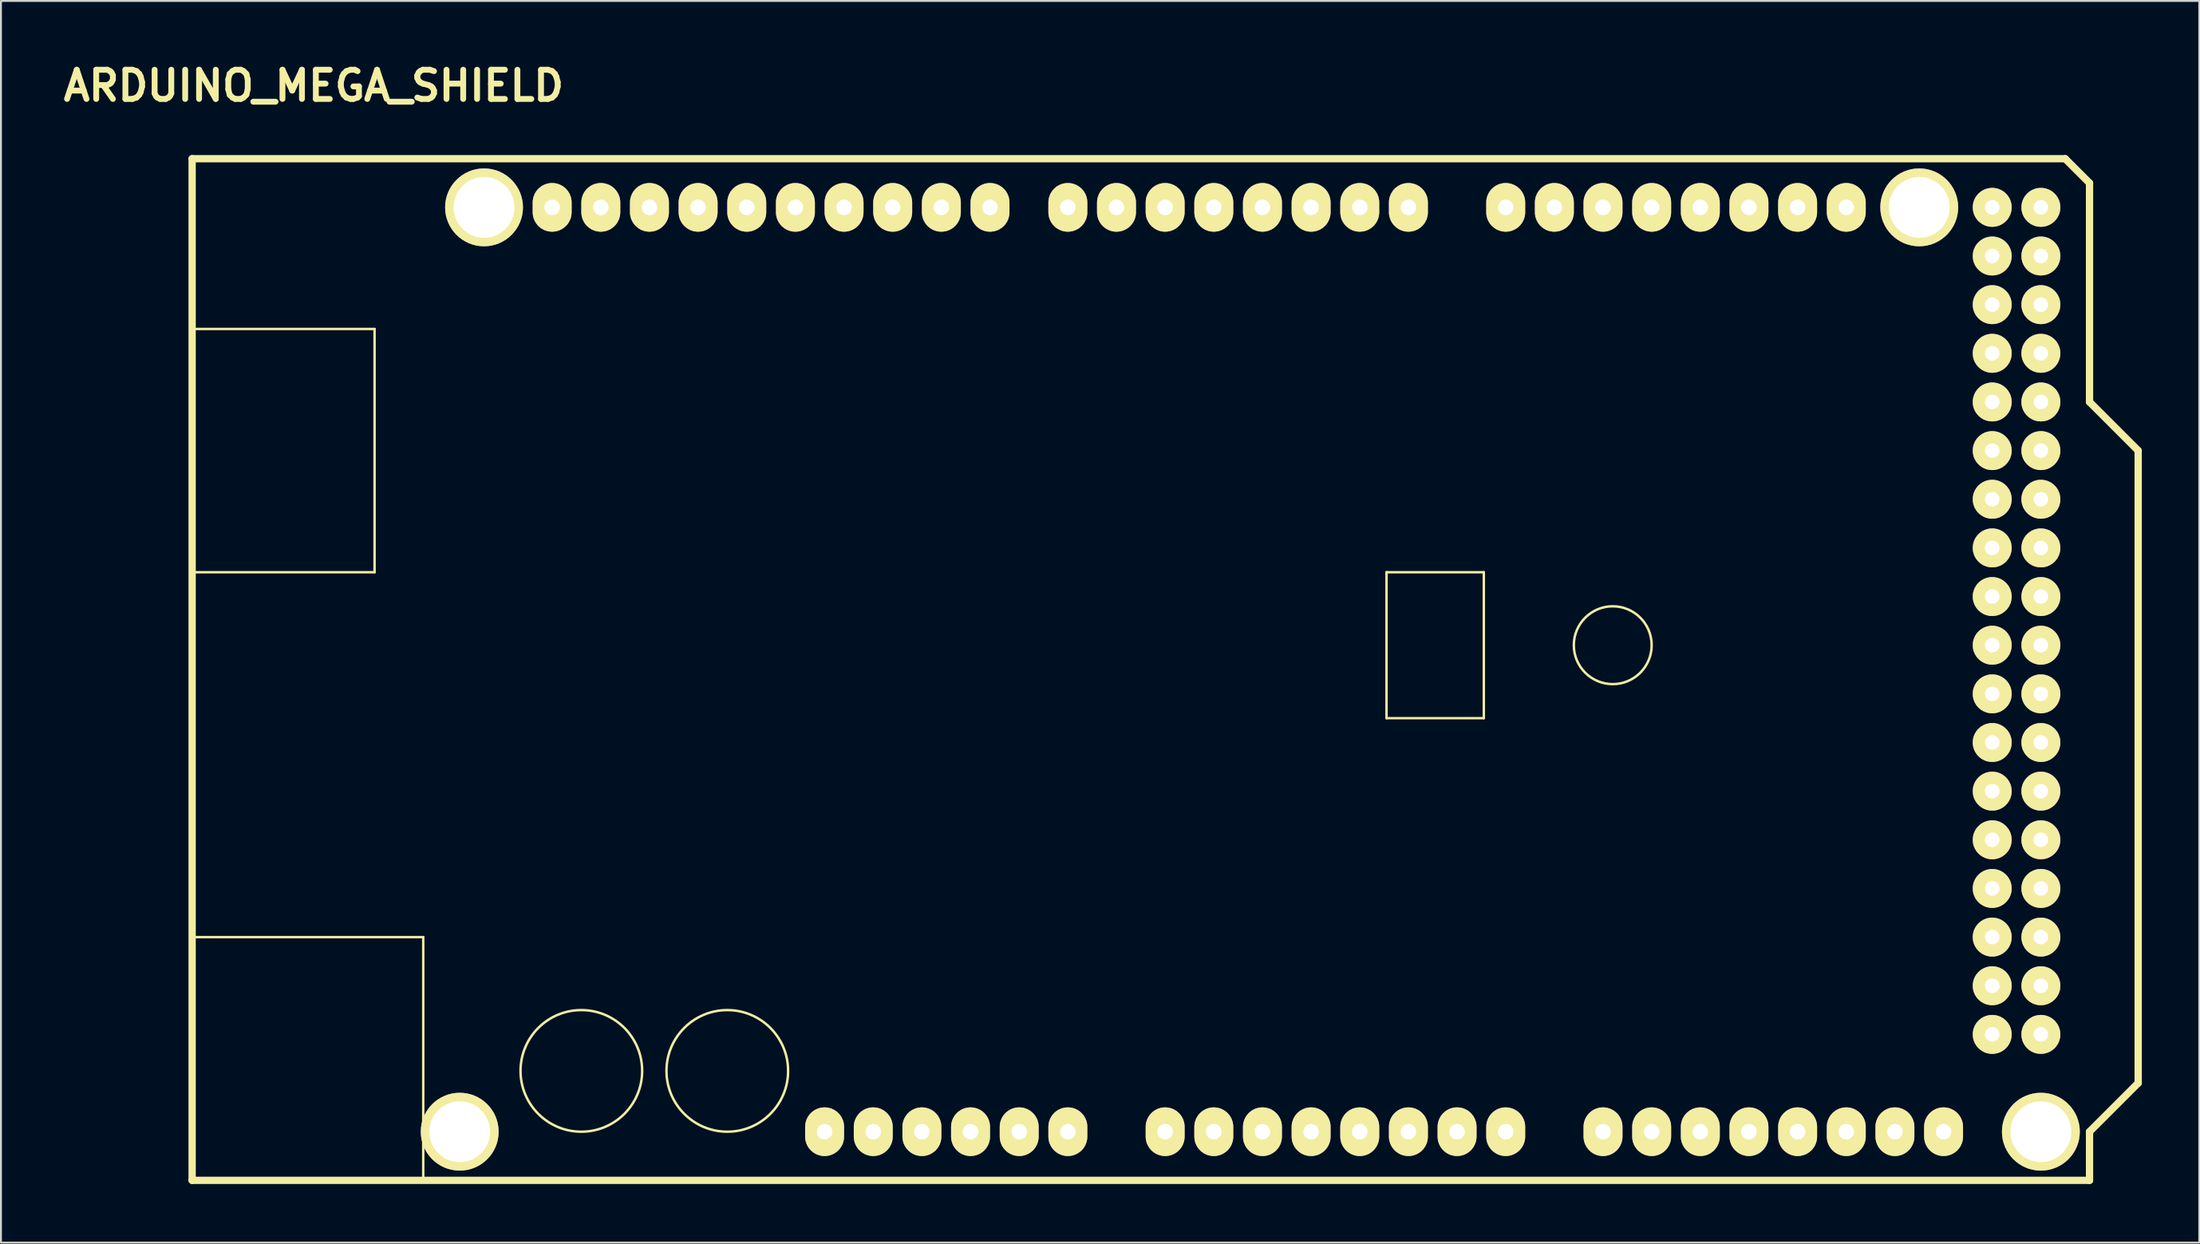
<source format=kicad_pcb>
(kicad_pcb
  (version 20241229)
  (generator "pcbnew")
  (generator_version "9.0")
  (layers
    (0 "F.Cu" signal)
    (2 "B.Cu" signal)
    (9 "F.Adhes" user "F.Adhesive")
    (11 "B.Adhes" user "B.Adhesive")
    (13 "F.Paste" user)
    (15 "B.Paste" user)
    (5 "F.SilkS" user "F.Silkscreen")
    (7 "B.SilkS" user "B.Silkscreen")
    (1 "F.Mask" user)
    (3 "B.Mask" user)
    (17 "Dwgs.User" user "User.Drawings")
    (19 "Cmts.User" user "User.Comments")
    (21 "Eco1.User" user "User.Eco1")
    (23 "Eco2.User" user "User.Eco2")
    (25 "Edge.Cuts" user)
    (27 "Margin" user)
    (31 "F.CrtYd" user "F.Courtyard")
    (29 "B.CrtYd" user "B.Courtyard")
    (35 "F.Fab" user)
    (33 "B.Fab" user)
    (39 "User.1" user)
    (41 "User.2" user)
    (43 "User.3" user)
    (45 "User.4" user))
  (footprint "ARDUINO_MEGA_SHIELD"
    (layer "F.Cu")
    (at 6.981 58.576)
    (property "Reference" "ARDUINO_MEGA_SHIELD" (at 6.35 -57.15 0) (layer "F.SilkS") (effects (font (size 1.524 1.524) (thickness 0.305))))
    (attr through_hole)
    (fp_line (start 0 -44.45) (end 9.525 -44.45) (stroke (width 0.127) (type solid)) (layer "F.SilkS"))
    (fp_line (start 0 -12.7) (end 12.065 -12.7) (stroke (width 0.127) (type solid)) (layer "F.SilkS"))
    (fp_line (start 0 0) (end 0 -53.34) (stroke (width 0.381) (type solid)) (layer "F.SilkS"))
    (fp_line (start 9.525 -44.45) (end 9.525 -31.75) (stroke (width 0.127) (type solid)) (layer "F.SilkS"))
    (fp_line (start 9.525 -31.75) (end 0 -31.75) (stroke (width 0.127) (type solid)) (layer "F.SilkS"))
    (fp_line (start 12.065 -12.7) (end 12.065 0) (stroke (width 0.127) (type solid)) (layer "F.SilkS"))
    (fp_line (start 62.357 -31.75) (end 62.357 -24.13) (stroke (width 0.127) (type solid)) (layer "F.SilkS"))
    (fp_line (start 62.357 -24.13) (end 67.437 -24.13) (stroke (width 0.127) (type solid)) (layer "F.SilkS"))
    (fp_line (start 67.437 -31.75) (end 62.357 -31.75) (stroke (width 0.127) (type solid)) (layer "F.SilkS"))
    (fp_line (start 67.437 -24.13) (end 67.437 -31.75) (stroke (width 0.127) (type solid)) (layer "F.SilkS"))
    (fp_line (start 97.79 -53.34) (end 0 -53.34) (stroke (width 0.381) (type solid)) (layer "F.SilkS"))
    (fp_line (start 99.06 -52.07) (end 97.79 -53.34) (stroke (width 0.381) (type solid)) (layer "F.SilkS"))
    (fp_line (start 99.06 -40.64) (end 99.06 -52.07) (stroke (width 0.381) (type solid)) (layer "F.SilkS"))
    (fp_line (start 99.06 -40.64) (end 101.6 -38.1) (stroke (width 0.381) (type solid)) (layer "F.SilkS"))
    (fp_line (start 99.06 -2.54) (end 99.06 0) (stroke (width 0.381) (type solid)) (layer "F.SilkS"))
    (fp_line (start 99.06 0) (end 0 0) (stroke (width 0.381) (type solid)) (layer "F.SilkS"))
    (fp_line (start 101.6 -38.1) (end 101.6 -5.08) (stroke (width 0.381) (type solid)) (layer "F.SilkS"))
    (fp_line (start 101.6 -5.08) (end 99.06 -2.54) (stroke (width 0.381) (type solid)) (layer "F.SilkS"))
    (fp_circle (center 20.32 -5.715) (end 23.495 -5.715) (stroke (width 0.127) (type solid)) (fill no) (layer "F.SilkS"))
    (fp_circle (center 27.94 -5.715) (end 31.115 -5.715) (stroke (width 0.127) (type solid)) (fill no) (layer "F.SilkS"))
    (fp_circle (center 74.168 -27.94) (end 76.2 -27.94) (stroke (width 0.127) (type solid)) (fill no) (layer "F.SilkS"))
    (pad "" thru_hole circle (at 13.97 -2.54 90) (size 4.064 4.064) (drill 3.175) (layers "*.Cu" "*.Mask" "F.SilkS"))
    (pad "" thru_hole circle (at 15.24 -50.8 90) (size 4.064 4.064) (drill 3.175) (layers "*.Cu" "*.Mask" "F.SilkS"))
    (pad "" thru_hole circle (at 90.17 -50.8 90) (size 4.064 4.064) (drill 3.175) (layers "*.Cu" "*.Mask" "F.SilkS"))
    (pad "" thru_hole circle (at 96.52 -2.54 90) (size 4.064 4.064) (drill 3.175) (layers "*.Cu" "*.Mask" "F.SilkS"))
    (pad "0" thru_hole oval (at 63.5 -50.8 90) (size 2.54 2.032) (drill 0.813) (layers "*.Cu" "*.Mask" "F.SilkS"))
    (pad "1" thru_hole oval (at 60.96 -50.8 90) (size 2.54 2.032) (drill 0.813) (layers "*.Cu" "*.Mask" "F.SilkS"))
    (pad "2" thru_hole oval (at 58.42 -50.8 90) (size 2.54 2.032) (drill 0.813) (layers "*.Cu" "*.Mask" "F.SilkS"))
    (pad "3" thru_hole oval (at 55.88 -50.8 90) (size 2.54 2.032) (drill 0.813) (layers "*.Cu" "*.Mask" "F.SilkS"))
    (pad "3V3" thru_hole oval (at 35.56 -2.54 90) (size 2.54 2.032) (drill 0.813) (layers "*.Cu" "*.Mask" "F.SilkS"))
    (pad "4" thru_hole oval (at 53.34 -50.8 90) (size 2.54 2.032) (drill 0.813) (layers "*.Cu" "*.Mask" "F.SilkS"))
    (pad "5" thru_hole oval (at 50.8 -50.8 90) (size 2.54 2.032) (drill 0.813) (layers "*.Cu" "*.Mask" "F.SilkS"))
    (pad "5V" thru_hole oval (at 38.1 -2.54 90) (size 2.54 2.032) (drill 0.813) (layers "*.Cu" "*.Mask" "F.SilkS"))
    (pad "5V_4" thru_hole circle (at 93.98 -50.8) (size 2.032 2.032) (drill 0.762) (layers "*.Cu" "*.Mask" "F.SilkS"))
    (pad "5V_5" thru_hole circle (at 96.52 -50.8) (size 2.032 2.032) (drill 0.762) (layers "*.Cu" "*.Mask" "F.SilkS"))
    (pad "6" thru_hole oval (at 48.26 -50.8 90) (size 2.54 2.032) (drill 0.813) (layers "*.Cu" "*.Mask" "F.SilkS"))
    (pad "7" thru_hole oval (at 45.72 -50.8 90) (size 2.54 2.032) (drill 0.813) (layers "*.Cu" "*.Mask" "F.SilkS"))
    (pad "8" thru_hole oval (at 41.656 -50.8 90) (size 2.54 2.032) (drill 0.813) (layers "*.Cu" "*.Mask" "F.SilkS"))
    (pad "9" thru_hole oval (at 39.116 -50.8 90) (size 2.54 2.032) (drill 0.813) (layers "*.Cu" "*.Mask" "F.SilkS"))
    (pad "10" thru_hole oval (at 36.576 -50.8 90) (size 2.54 2.032) (drill 0.813) (layers "*.Cu" "*.Mask" "F.SilkS"))
    (pad "11" thru_hole oval (at 34.036 -50.8 90) (size 2.54 2.032) (drill 0.813) (layers "*.Cu" "*.Mask" "F.SilkS"))
    (pad "12" thru_hole oval (at 31.496 -50.8 90) (size 2.54 2.032) (drill 0.813) (layers "*.Cu" "*.Mask" "F.SilkS"))
    (pad "13" thru_hole oval (at 28.956 -50.8 90) (size 2.54 2.032) (drill 0.813) (layers "*.Cu" "*.Mask" "F.SilkS"))
    (pad "14" thru_hole oval (at 68.58 -50.8 90) (size 2.54 2.032) (drill 0.813) (layers "*.Cu" "*.Mask" "F.SilkS"))
    (pad "15" thru_hole oval (at 71.12 -50.8 90) (size 2.54 2.032) (drill 0.813) (layers "*.Cu" "*.Mask" "F.SilkS"))
    (pad "16" thru_hole oval (at 73.66 -50.8 90) (size 2.54 2.032) (drill 0.813) (layers "*.Cu" "*.Mask" "F.SilkS"))
    (pad "17" thru_hole oval (at 76.2 -50.8 90) (size 2.54 2.032) (drill 0.813) (layers "*.Cu" "*.Mask" "F.SilkS"))
    (pad "18" thru_hole oval (at 78.74 -50.8 90) (size 2.54 2.032) (drill 0.813) (layers "*.Cu" "*.Mask" "F.SilkS"))
    (pad "19" thru_hole oval (at 81.28 -50.8 90) (size 2.54 2.032) (drill 0.813) (layers "*.Cu" "*.Mask" "F.SilkS"))
    (pad "20" thru_hole oval (at 21.336 -50.8 90) (size 2.54 2.032) (drill 0.813) (layers "*.Cu" "*.Mask" "F.SilkS"))
    (pad "20" thru_hole oval (at 83.82 -50.8 90) (size 2.54 2.032) (drill 0.813) (layers "*.Cu" "*.Mask" "F.SilkS"))
    (pad "21" thru_hole oval (at 18.796 -50.8 90) (size 2.54 2.032) (drill 0.813) (layers "*.Cu" "*.Mask" "F.SilkS"))
    (pad "21" thru_hole oval (at 86.36 -50.8 90) (size 2.54 2.032) (drill 0.813) (layers "*.Cu" "*.Mask" "F.SilkS"))
    (pad "22" thru_hole circle (at 93.98 -48.26) (size 2.032 2.032) (drill 0.762) (layers "*.Cu" "*.Mask" "F.SilkS"))
    (pad "23" thru_hole circle (at 96.52 -48.26) (size 2.032 2.032) (drill 0.762) (layers "*.Cu" "*.Mask" "F.SilkS"))
    (pad "24" thru_hole circle (at 93.98 -45.72) (size 2.032 2.032) (drill 0.762) (layers "*.Cu" "*.Mask" "F.SilkS"))
    (pad "25" thru_hole circle (at 96.52 -45.72) (size 2.032 2.032) (drill 0.762) (layers "*.Cu" "*.Mask" "F.SilkS"))
    (pad "26" thru_hole circle (at 93.98 -43.18) (size 2.032 2.032) (drill 0.762) (layers "*.Cu" "*.Mask" "F.SilkS"))
    (pad "27" thru_hole circle (at 96.52 -43.18) (size 2.032 2.032) (drill 0.762) (layers "*.Cu" "*.Mask" "F.SilkS"))
    (pad "28" thru_hole circle (at 93.98 -40.64) (size 2.032 2.032) (drill 0.762) (layers "*.Cu" "*.Mask" "F.SilkS"))
    (pad "29" thru_hole circle (at 96.52 -40.64) (size 2.032 2.032) (drill 0.762) (layers "*.Cu" "*.Mask" "F.SilkS"))
    (pad "30" thru_hole circle (at 93.98 -38.1) (size 2.032 2.032) (drill 0.762) (layers "*.Cu" "*.Mask" "F.SilkS"))
    (pad "31" thru_hole circle (at 96.52 -38.1) (size 2.032 2.032) (drill 0.762) (layers "*.Cu" "*.Mask" "F.SilkS"))
    (pad "32" thru_hole circle (at 93.98 -35.56) (size 2.032 2.032) (drill 0.762) (layers "*.Cu" "*.Mask" "F.SilkS"))
    (pad "33" thru_hole circle (at 96.52 -35.56) (size 2.032 2.032) (drill 0.762) (layers "*.Cu" "*.Mask" "F.SilkS"))
    (pad "34" thru_hole circle (at 93.98 -33.02) (size 2.032 2.032) (drill 0.762) (layers "*.Cu" "*.Mask" "F.SilkS"))
    (pad "35" thru_hole circle (at 96.52 -33.02) (size 2.032 2.032) (drill 0.762) (layers "*.Cu" "*.Mask" "F.SilkS"))
    (pad "36" thru_hole circle (at 93.98 -30.48) (size 2.032 2.032) (drill 0.762) (layers "*.Cu" "*.Mask" "F.SilkS"))
    (pad "37" thru_hole circle (at 96.52 -30.48) (size 2.032 2.032) (drill 0.762) (layers "*.Cu" "*.Mask" "F.SilkS"))
    (pad "38" thru_hole circle (at 93.98 -27.94) (size 2.032 2.032) (drill 0.762) (layers "*.Cu" "*.Mask" "F.SilkS"))
    (pad "39" thru_hole circle (at 96.52 -27.94) (size 2.032 2.032) (drill 0.762) (layers "*.Cu" "*.Mask" "F.SilkS"))
    (pad "40" thru_hole circle (at 93.98 -25.4) (size 2.032 2.032) (drill 0.762) (layers "*.Cu" "*.Mask" "F.SilkS"))
    (pad "41" thru_hole circle (at 96.52 -25.4) (size 2.032 2.032) (drill 0.762) (layers "*.Cu" "*.Mask" "F.SilkS"))
    (pad "42" thru_hole circle (at 93.98 -22.86) (size 2.032 2.032) (drill 0.762) (layers "*.Cu" "*.Mask" "F.SilkS"))
    (pad "43" thru_hole circle (at 96.52 -22.86) (size 2.032 2.032) (drill 0.762) (layers "*.Cu" "*.Mask" "F.SilkS"))
    (pad "44" thru_hole circle (at 93.98 -20.32) (size 2.032 2.032) (drill 0.762) (layers "*.Cu" "*.Mask" "F.SilkS"))
    (pad "45" thru_hole circle (at 96.52 -20.32) (size 2.032 2.032) (drill 0.762) (layers "*.Cu" "*.Mask" "F.SilkS"))
    (pad "46" thru_hole circle (at 93.98 -17.78) (size 2.032 2.032) (drill 0.762) (layers "*.Cu" "*.Mask" "F.SilkS"))
    (pad "47" thru_hole circle (at 96.52 -17.78) (size 2.032 2.032) (drill 0.762) (layers "*.Cu" "*.Mask" "F.SilkS"))
    (pad "48" thru_hole circle (at 93.98 -15.24) (size 2.032 2.032) (drill 0.762) (layers "*.Cu" "*.Mask" "F.SilkS"))
    (pad "49" thru_hole circle (at 96.52 -15.24) (size 2.032 2.032) (drill 0.762) (layers "*.Cu" "*.Mask" "F.SilkS"))
    (pad "50" thru_hole circle (at 93.98 -12.7) (size 2.032 2.032) (drill 0.762) (layers "*.Cu" "*.Mask" "F.SilkS"))
    (pad "51" thru_hole circle (at 96.52 -12.7) (size 2.032 2.032) (drill 0.762) (layers "*.Cu" "*.Mask" "F.SilkS"))
    (pad "52" thru_hole circle (at 93.98 -10.16) (size 2.032 2.032) (drill 0.762) (layers "*.Cu" "*.Mask" "F.SilkS"))
    (pad "53" thru_hole circle (at 96.52 -10.16) (size 2.032 2.032) (drill 0.762) (layers "*.Cu" "*.Mask" "F.SilkS"))
    (pad "AD0" thru_hole oval (at 50.8 -2.54 90) (size 2.54 2.032) (drill 0.813) (layers "*.Cu" "*.Mask" "F.SilkS"))
    (pad "AD1" thru_hole oval (at 53.34 -2.54 90) (size 2.54 2.032) (drill 0.813) (layers "*.Cu" "*.Mask" "F.SilkS"))
    (pad "AD2" thru_hole oval (at 55.88 -2.54 90) (size 2.54 2.032) (drill 0.813) (layers "*.Cu" "*.Mask" "F.SilkS"))
    (pad "AD3" thru_hole oval (at 58.42 -2.54 90) (size 2.54 2.032) (drill 0.813) (layers "*.Cu" "*.Mask" "F.SilkS"))
    (pad "AD4" thru_hole oval (at 60.96 -2.54 90) (size 2.54 2.032) (drill 0.813) (layers "*.Cu" "*.Mask" "F.SilkS"))
    (pad "AD5" thru_hole oval (at 63.5 -2.54 90) (size 2.54 2.032) (drill 0.813) (layers "*.Cu" "*.Mask" "F.SilkS"))
    (pad "AD6" thru_hole oval (at 66.04 -2.54 90) (size 2.54 2.032) (drill 0.813) (layers "*.Cu" "*.Mask" "F.SilkS"))
    (pad "AD7" thru_hole oval (at 68.58 -2.54 90) (size 2.54 2.032) (drill 0.813) (layers "*.Cu" "*.Mask" "F.SilkS"))
    (pad "AD8" thru_hole oval (at 73.66 -2.54 90) (size 2.54 2.032) (drill 0.813) (layers "*.Cu" "*.Mask" "F.SilkS"))
    (pad "AD9" thru_hole oval (at 76.2 -2.54 90) (size 2.54 2.032) (drill 0.813) (layers "*.Cu" "*.Mask" "F.SilkS"))
    (pad "AD10" thru_hole oval (at 78.74 -2.54 90) (size 2.54 2.032) (drill 0.813) (layers "*.Cu" "*.Mask" "F.SilkS"))
    (pad "AD11" thru_hole oval (at 81.28 -2.54 90) (size 2.54 2.032) (drill 0.813) (layers "*.Cu" "*.Mask" "F.SilkS"))
    (pad "AD12" thru_hole oval (at 83.82 -2.54 90) (size 2.54 2.032) (drill 0.813) (layers "*.Cu" "*.Mask" "F.SilkS"))
    (pad "AD13" thru_hole oval (at 86.36 -2.54 90) (size 2.54 2.032) (drill 0.813) (layers "*.Cu" "*.Mask" "F.SilkS"))
    (pad "AD14" thru_hole oval (at 88.9 -2.54 90) (size 2.54 2.032) (drill 0.813) (layers "*.Cu" "*.Mask" "F.SilkS"))
    (pad "AD15" thru_hole oval (at 91.44 -2.54 90) (size 2.54 2.032) (drill 0.813) (layers "*.Cu" "*.Mask" "F.SilkS"))
    (pad "AREF" thru_hole oval (at 23.876 -50.8 90) (size 2.54 2.032) (drill 0.813) (layers "*.Cu" "*.Mask" "F.SilkS"))
    (pad "GND1" thru_hole oval (at 40.64 -2.54 90) (size 2.54 2.032) (drill 0.813) (layers "*.Cu" "*.Mask" "F.SilkS"))
    (pad "GND2" thru_hole oval (at 43.18 -2.54 90) (size 2.54 2.032) (drill 0.813) (layers "*.Cu" "*.Mask" "F.SilkS"))
    (pad "GND3" thru_hole oval (at 26.416 -50.8 90) (size 2.54 2.032) (drill 0.813) (layers "*.Cu" "*.Mask" "F.SilkS"))
    (pad "GND4" thru_hole circle (at 93.98 -7.62) (size 2.032 2.032) (drill 0.762) (layers "*.Cu" "*.Mask" "F.SilkS"))
    (pad "GND5" thru_hole circle (at 96.52 -7.62) (size 2.032 2.032) (drill 0.762) (layers "*.Cu" "*.Mask" "F.SilkS"))
    (pad "RST" thru_hole oval (at 33.02 -2.54 90) (size 2.54 2.032) (drill 0.813) (layers "*.Cu" "*.Mask" "F.SilkS"))
    (pad "V_IN" thru_hole oval (at 45.72 -2.54 90) (size 2.54 2.032) (drill 0.813) (layers "*.Cu" "*.Mask" "F.SilkS")))
  (gr_rect
    (start -3 -3)
    (end 111.772 61.826)
    (stroke (width 0.1) (type default))
    (fill no)
    (layer "Edge.Cuts")))
</source>
